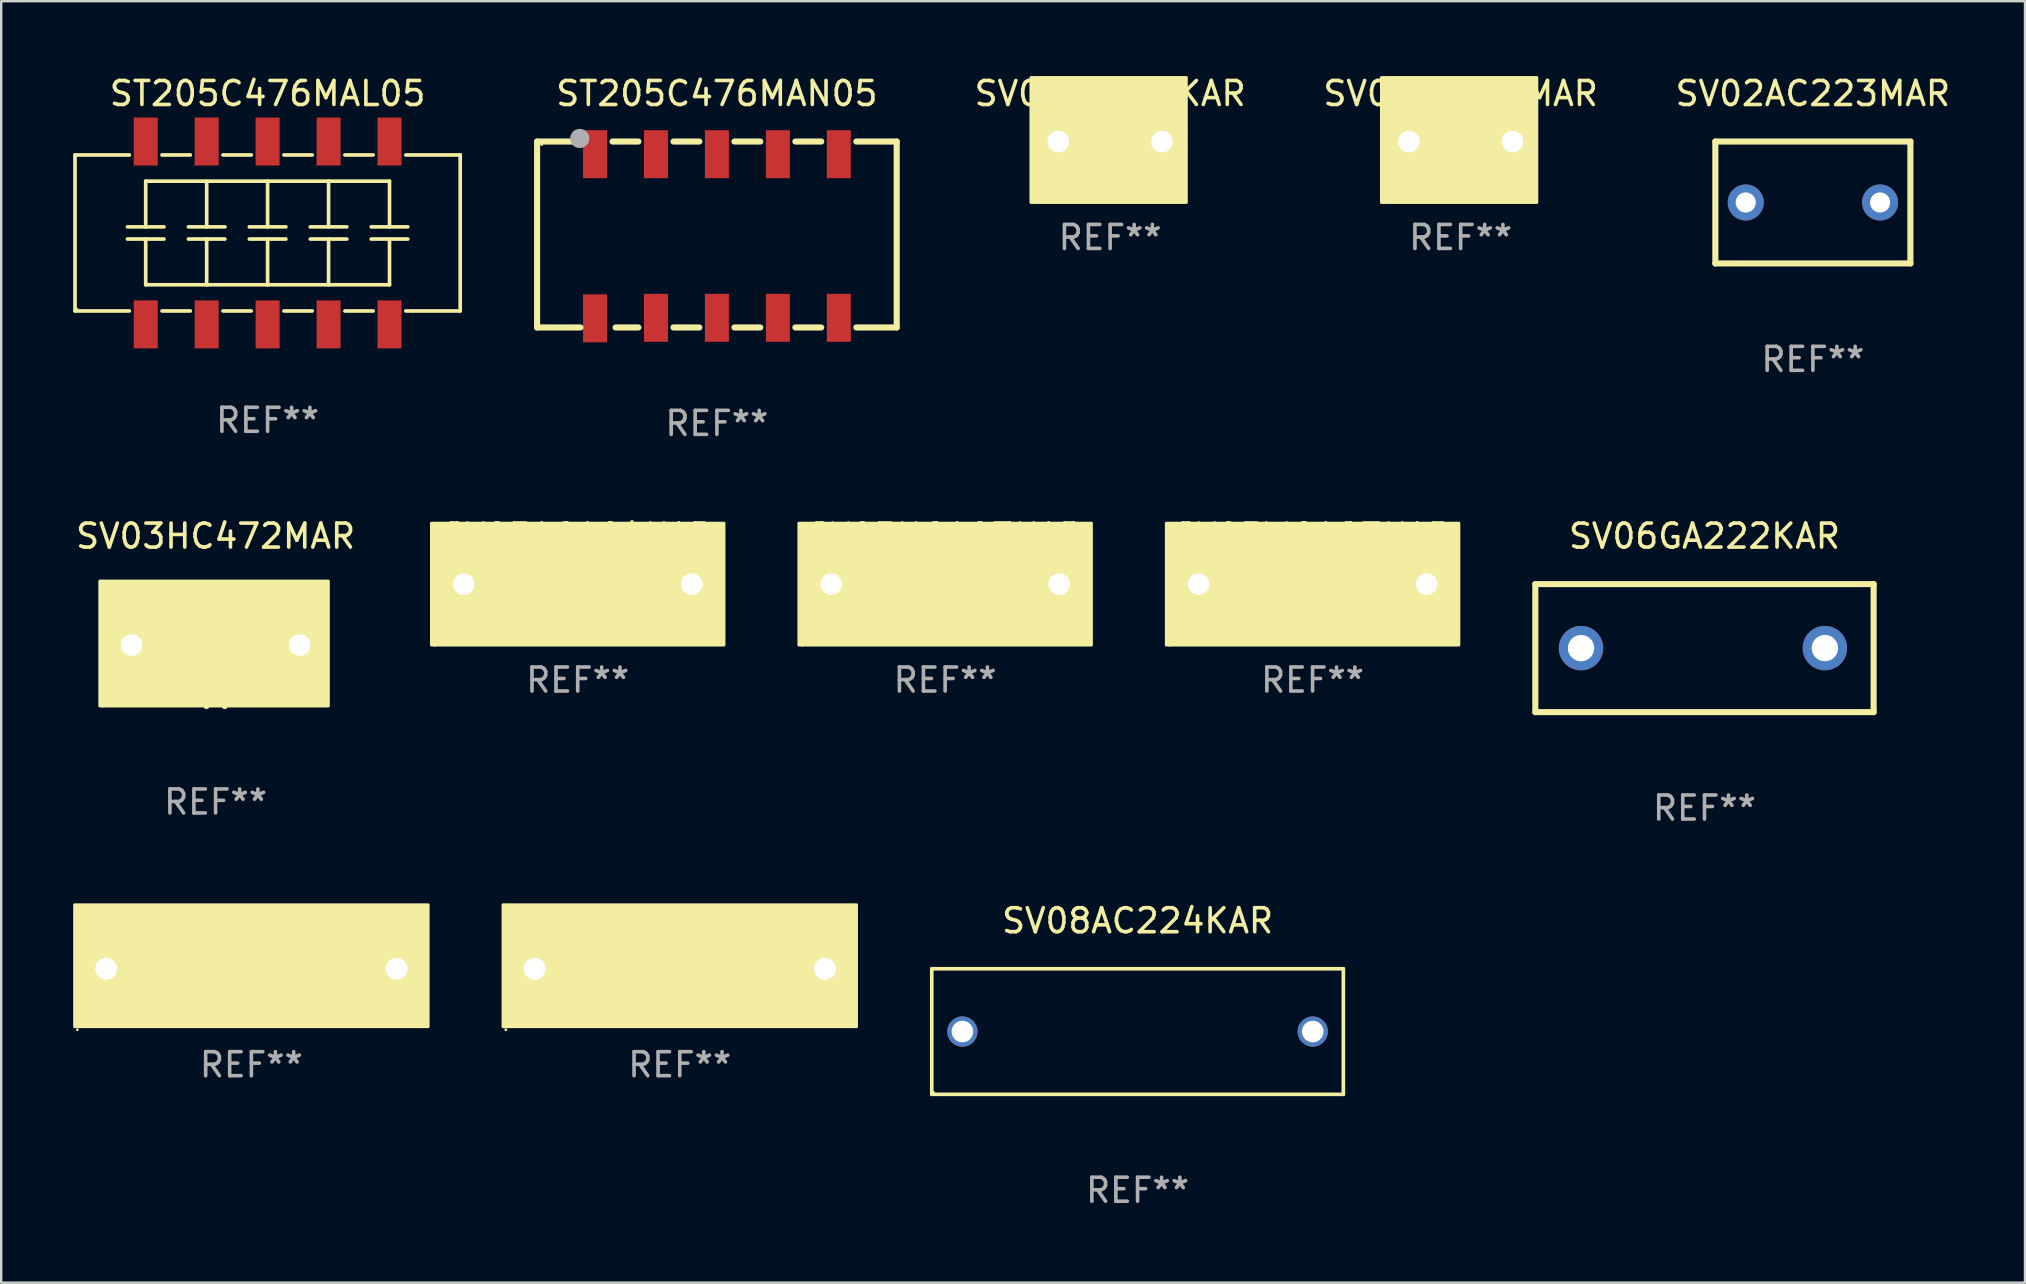
<source format=kicad_pcb>
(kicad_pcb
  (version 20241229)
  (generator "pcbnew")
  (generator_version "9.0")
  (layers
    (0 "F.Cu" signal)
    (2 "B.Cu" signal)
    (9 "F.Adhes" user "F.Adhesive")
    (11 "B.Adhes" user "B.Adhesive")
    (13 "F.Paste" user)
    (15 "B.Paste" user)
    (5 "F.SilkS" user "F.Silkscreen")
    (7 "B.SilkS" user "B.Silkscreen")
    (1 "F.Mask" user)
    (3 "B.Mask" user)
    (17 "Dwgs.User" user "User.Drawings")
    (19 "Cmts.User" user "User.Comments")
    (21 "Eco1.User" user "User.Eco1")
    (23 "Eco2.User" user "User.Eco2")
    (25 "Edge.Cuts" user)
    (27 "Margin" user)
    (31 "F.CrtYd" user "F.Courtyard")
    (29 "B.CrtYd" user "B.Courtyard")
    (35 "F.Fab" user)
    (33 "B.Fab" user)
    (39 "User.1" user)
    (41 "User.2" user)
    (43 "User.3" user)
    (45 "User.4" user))
  (footprint "SV06GA222KAR"
    (layer "F.Cu")
    (at 67.981 23.959)
    (property "Reference" "SV06GA222KAR" (at 0 -4.667 0) (layer "F.SilkS") (effects (font (size 1 1) (thickness 0.15))))
    (attr through_hole)
    (fp_line (start -7.049 -2.667) (end -7.049 2.667) (stroke (width 0.254) (type solid)) (layer "F.SilkS"))
    (fp_line (start -7.049 2.667) (end 7.049 2.667) (stroke (width 0.254) (type solid)) (layer "F.SilkS"))
    (fp_line (start 7.049 -2.667) (end -7.049 -2.667) (stroke (width 0.254) (type solid)) (layer "F.SilkS"))
    (fp_line (start 7.049 2.667) (end 7.049 -2.667) (stroke (width 0.254) (type solid)) (layer "F.SilkS"))
    (fp_circle (center -7.064 2.55) (end -7.034 2.55) (stroke (width 0.06) (type solid)) (fill no) (layer "F.SilkS"))
    (fp_text user "REF**" (at 0 6.667 0) (layer "F.Fab") (effects (font (size 1 1) (thickness 0.15))))
    (pad "1" thru_hole circle (at -5.144 0) (size 1.85 1.85) (drill 1.1) (layers "*.Cu" "*.Mask"))
    (pad "2" thru_hole circle (at 5.017 0) (size 1.85 1.85) (drill 1.1) (layers "*.Cu" "*.Mask")))
  (footprint "SV07GC473KAR"
    (layer "F.Cu")
    (at 25.278 37.322)
    (property "Reference" "SV07GC473KAR" (at 0 -2 0) (layer "F.SilkS") (effects (font (size 1 1) (thickness 0.15))))
    (attr through_hole)
    (fp_circle (center -7.25 2.54) (end -7.22 2.54) (stroke (width 0.06) (type solid)) (fill no) (layer "F.SilkS"))
    (fp_poly (pts (xy -7.366 -2.667) (xy 7.366 -2.667) (xy 7.366 2.413) (xy -7.366 2.413)) (stroke (width 0.12) (type solid)) (fill yes) (layer "F.SilkS"))
    (fp_text user "REF**" (at 0 4 0) (layer "F.Fab") (effects (font (size 1 1) (thickness 0.15))))
    (pad "1" thru_hole circle (at -6.05 0) (size 1.524 1.524) (drill 0.914) (layers "*.Cu" "*.Mask"))
    (pad "2" thru_hole circle (at 6.05 0) (size 1.524 1.524) (drill 0.914) (layers "*.Cu" "*.Mask")))
  (footprint "ST205C476MAN05"
    (layer "F.Cu")
    (at 26.825 6.722)
    (property "Reference" "ST205C476MAN05" (at 0 -5.874 0) (layer "F.SilkS") (effects (font (size 1 1) (thickness 0.15))))
    (attr through_hole)
    (fp_line (start -7.493 -3.874) (end -5.811 -3.874) (stroke (width 0.254) (type solid)) (layer "F.SilkS"))
    (fp_line (start -7.493 3.874) (end -7.493 -3.874) (stroke (width 0.254) (type solid)) (layer "F.SilkS"))
    (fp_line (start -5.684 3.874) (end -7.493 3.874) (stroke (width 0.254) (type solid)) (layer "F.SilkS"))
    (fp_line (start -4.349 -3.874) (end -3.271 -3.874) (stroke (width 0.254) (type solid)) (layer "F.SilkS"))
    (fp_line (start -3.271 3.874) (end -4.222 3.874) (stroke (width 0.254) (type solid)) (layer "F.SilkS"))
    (fp_line (start -1.809 -3.874) (end -0.731 -3.874) (stroke (width 0.254) (type solid)) (layer "F.SilkS"))
    (fp_line (start -0.731 3.874) (end -1.809 3.874) (stroke (width 0.254) (type solid)) (layer "F.SilkS"))
    (fp_line (start 0.731 -3.874) (end 1.809 -3.874) (stroke (width 0.254) (type solid)) (layer "F.SilkS"))
    (fp_line (start 1.809 3.874) (end 0.731 3.874) (stroke (width 0.254) (type solid)) (layer "F.SilkS"))
    (fp_line (start 3.271 -3.874) (end 4.349 -3.874) (stroke (width 0.254) (type solid)) (layer "F.SilkS"))
    (fp_line (start 4.349 3.874) (end 3.271 3.874) (stroke (width 0.254) (type solid)) (layer "F.SilkS"))
    (fp_line (start 5.811 -3.874) (end 7.493 -3.874) (stroke (width 0.254) (type solid)) (layer "F.SilkS"))
    (fp_line (start 7.493 -3.874) (end 7.493 3.874) (stroke (width 0.254) (type solid)) (layer "F.SilkS"))
    (fp_line (start 7.493 3.874) (end 5.811 3.874) (stroke (width 0.254) (type solid)) (layer "F.SilkS"))
    (fp_circle (center -7.3 -3.747) (end -7.27 -3.747) (stroke (width 0.06) (type solid)) (fill no) (layer "F.SilkS"))
    (fp_circle (center -5.715 -4.001) (end -5.515 -4.001) (stroke (width 0.4) (type solid)) (fill no) (layer "F.Fab"))
    (fp_text user "REF**" (at 0 7.874 0) (layer "F.Fab") (effects (font (size 1 1) (thickness 0.15))))
    (pad "1" smd rect (at -5.08 -3.346 180) (size 1 2) (layers "F.Cu" "F.Mask" "F.Paste"))
    (pad "2" smd rect (at -2.54 -3.346 180) (size 1 2) (layers "F.Cu" "F.Mask" "F.Paste"))
    (pad "3" smd rect (at 0 -3.346 180) (size 1 2) (layers "F.Cu" "F.Mask" "F.Paste"))
    (pad "4" smd rect (at 2.54 -3.346) (size 1 2) (layers "F.Cu" "F.Mask" "F.Paste"))
    (pad "5" smd rect (at 5.08 -3.346) (size 1 2) (layers "F.Cu" "F.Mask" "F.Paste"))
    (pad "6" smd rect (at 5.08 3.473) (size 1 2) (layers "F.Cu" "F.Mask" "F.Paste"))
    (pad "7" smd rect (at 2.54 3.473) (size 1 2) (layers "F.Cu" "F.Mask" "F.Paste"))
    (pad "8" smd rect (at 0 3.473) (size 1 2) (layers "F.Cu" "F.Mask" "F.Paste"))
    (pad "9" smd rect (at -2.54 3.473 180) (size 1 2) (layers "F.Cu" "F.Mask" "F.Paste"))
    (pad "10" smd rect (at -5.08 3.493 180) (size 1 2) (layers "F.Cu" "F.Mask" "F.Paste")))
  (footprint "SV02AC223MAR"
    (layer "F.Cu")
    (at 72.498 5.388)
    (property "Reference" "SV02AC223MAR" (at 0 -4.54 0) (layer "F.SilkS") (effects (font (size 1 1) (thickness 0.15))))
    (attr through_hole)
    (fp_line (start -4.064 -2.54) (end 4.064 -2.54) (stroke (width 0.254) (type solid)) (layer "F.SilkS"))
    (fp_line (start -4.064 2.54) (end -4.064 -2.54) (stroke (width 0.254) (type solid)) (layer "F.SilkS"))
    (fp_line (start 4.064 -2.54) (end 4.064 2.54) (stroke (width 0.254) (type solid)) (layer "F.SilkS"))
    (fp_line (start 4.064 2.54) (end -4.064 2.54) (stroke (width 0.254) (type solid)) (layer "F.SilkS"))
    (fp_circle (center -4.064 2.54) (end -4.034 2.54) (stroke (width 0.06) (type solid)) (fill no) (layer "F.SilkS"))
    (fp_text user "REF**" (at 0 6.54 0) (layer "F.Fab") (effects (font (size 1 1) (thickness 0.15))))
    (pad "1" thru_hole circle (at -2.799 0) (size 1.5 1.5) (drill 0.84) (layers "*.Cu" "*.Mask"))
    (pad "2" thru_hole circle (at 2.801 0) (size 1.5 1.5) (drill 0.84) (layers "*.Cu" "*.Mask")))
  (footprint "SV03HC472MAR"
    (layer "F.Cu")
    (at 5.935 23.832)
    (property "Reference" "SV03HC472MAR" (at 0 -4.54 0) (layer "F.SilkS") (effects (font (size 1 1) (thickness 0.15))))
    (attr through_hole)
    (fp_line (start -0.381 0.023) (end -1.651 0.023) (stroke (width 0.254) (type solid)) (layer "F.SilkS"))
    (fp_line (start -0.381 2.54) (end -0.381 -2.54) (stroke (width 0.254) (type solid)) (layer "F.SilkS"))
    (fp_line (start 0.381 -2.54) (end 0.381 2.54) (stroke (width 0.254) (type solid)) (layer "F.SilkS"))
    (fp_line (start 0.381 -0.023) (end 1.651 -0.023) (stroke (width 0.254) (type solid)) (layer "F.SilkS"))
    (fp_circle (center -4.7 2.54) (end -4.67 2.54) (stroke (width 0.06) (type solid)) (fill no) (layer "F.SilkS"))
    (fp_poly (pts (xy -4.826 -2.667) (xy 4.699 -2.667) (xy 4.699 2.54) (xy -4.826 2.54)) (stroke (width 0.12) (type solid)) (fill yes) (layer "F.SilkS"))
    (fp_text user "REF**" (at 0 6.54 0) (layer "F.Fab") (effects (font (size 1 1) (thickness 0.15))))
    (pad "1" thru_hole circle (at -3.5 0) (size 1.5 1.5) (drill 0.9) (layers "*.Cu" "*.Mask"))
    (pad "2" thru_hole circle (at 3.5 0) (size 1.5 1.5) (drill 0.9) (layers "*.Cu" "*.Mask")))
  (footprint "SV05HC103KAR"
    (layer "F.Cu")
    (at 36.337 21.292)
    (property "Reference" "SV05HC103KAR" (at 0 -2 0) (layer "F.SilkS") (effects (font (size 1 1) (thickness 0.15))))
    (attr through_hole)
    (fp_circle (center -5.95 2.55) (end -5.92 2.55) (stroke (width 0.06) (type solid)) (fill no) (layer "F.SilkS"))
    (fp_poly (pts (xy -6.096 -2.54) (xy 6.096 -2.54) (xy 6.096 2.54) (xy -6.096 2.54)) (stroke (width 0.12) (type solid)) (fill yes) (layer "F.SilkS"))
    (fp_text user "REF**" (at 0 4 0) (layer "F.Fab") (effects (font (size 1 1) (thickness 0.15))))
    (pad "1" thru_hole circle (at -4.75 0) (size 1.5 1.5) (drill 0.9) (layers "*.Cu" "*.Mask"))
    (pad "2" thru_hole circle (at 4.75 0) (size 1.5 1.5) (drill 0.9) (layers "*.Cu" "*.Mask")))
  (footprint "SV08AC224KAR"
    (layer "F.Cu")
    (at 44.356 39.938)
    (property "Reference" "SV08AC224KAR" (at 0 -4.616 0) (layer "F.SilkS") (effects (font (size 1 1) (thickness 0.15))))
    (attr through_hole)
    (fp_line (start -8.576 -2.616) (end 8.576 -2.616) (stroke (width 0.152) (type solid)) (layer "F.SilkS"))
    (fp_line (start -8.576 2.616) (end -8.576 -2.616) (stroke (width 0.152) (type solid)) (layer "F.SilkS"))
    (fp_line (start 8.576 -2.616) (end 8.576 2.616) (stroke (width 0.152) (type solid)) (layer "F.SilkS"))
    (fp_line (start 8.576 2.616) (end -8.576 2.616) (stroke (width 0.152) (type solid)) (layer "F.SilkS"))
    (fp_circle (center -8.5 2.54) (end -8.47 2.54) (stroke (width 0.06) (type solid)) (fill no) (layer "F.SilkS"))
    (fp_text user "REF**" (at 0 6.616 0) (layer "F.Fab") (effects (font (size 1 1) (thickness 0.15))))
    (pad "1" thru_hole circle (at -7.3 0) (size 1.26 1.26) (drill 0.9) (layers "*.Cu" "*.Mask"))
    (pad "2" thru_hole circle (at 7.3 0) (size 1.26 1.26) (drill 0.9) (layers "*.Cu" "*.Mask")))
  (footprint "SV05AC104KAR"
    (layer "F.Cu")
    (at 21.025 21.292)
    (property "Reference" "SV05AC104KAR" (at 0 -2 0) (layer "F.SilkS") (effects (font (size 1 1) (thickness 0.15))))
    (attr through_hole)
    (fp_circle (center -5.95 2.55) (end -5.92 2.55) (stroke (width 0.06) (type solid)) (fill no) (layer "F.SilkS"))
    (fp_poly (pts (xy -6.096 -2.54) (xy 6.096 -2.54) (xy 6.096 2.54) (xy -6.096 2.54)) (stroke (width 0.12) (type solid)) (fill yes) (layer "F.SilkS"))
    (fp_text user "REF**" (at 0 4 0) (layer "F.Fab") (effects (font (size 1 1) (thickness 0.15))))
    (pad "1" thru_hole circle (at -4.75 0) (size 1.5 1.5) (drill 0.9) (layers "*.Cu" "*.Mask"))
    (pad "2" thru_hole circle (at 4.75 0) (size 1.5 1.5) (drill 0.9) (layers "*.Cu" "*.Mask")))
  (footprint "SV01AC103KAR"
    (layer "F.Cu")
    (at 43.213 2.848)
    (property "Reference" "SV01AC103KAR" (at 0 -2 0) (layer "F.SilkS") (effects (font (size 1 1) (thickness 0.15))))
    (attr through_hole)
    (fp_circle (center -3.175 2.54) (end -3.145 2.54) (stroke (width 0.06) (type solid)) (fill no) (layer "F.SilkS"))
    (fp_poly (pts (xy -3.302 -2.667) (xy 3.175 -2.667) (xy 3.175 2.54) (xy -3.302 2.54)) (stroke (width 0.12) (type solid)) (fill yes) (layer "F.SilkS"))
    (fp_text user "REF**" (at 0 4 0) (layer "F.Fab") (effects (font (size 1 1) (thickness 0.15))))
    (pad "1" thru_hole circle (at -2.16 0) (size 1.5 1.5) (drill 0.9) (layers "*.Cu" "*.Mask"))
    (pad "2" thru_hole circle (at 2.16 0) (size 1.5 1.5) (drill 0.9) (layers "*.Cu" "*.Mask")))
  (footprint "SV01AC103MAR"
    (layer "F.Cu")
    (at 57.82 2.848)
    (property "Reference" "SV01AC103MAR" (at 0 -2 0) (layer "F.SilkS") (effects (font (size 1 1) (thickness 0.15))))
    (attr through_hole)
    (fp_circle (center -3.175 2.54) (end -3.145 2.54) (stroke (width 0.06) (type solid)) (fill no) (layer "F.SilkS"))
    (fp_poly (pts (xy -3.302 -2.667) (xy 3.175 -2.667) (xy 3.175 2.54) (xy -3.302 2.54)) (stroke (width 0.12) (type solid)) (fill yes) (layer "F.SilkS"))
    (fp_text user "REF**" (at 0 4 0) (layer "F.Fab") (effects (font (size 1 1) (thickness 0.15))))
    (pad "1" thru_hole circle (at -2.16 0) (size 1.5 1.5) (drill 0.9) (layers "*.Cu" "*.Mask"))
    (pad "2" thru_hole circle (at 2.16 0) (size 1.5 1.5) (drill 0.9) (layers "*.Cu" "*.Mask")))
  (footprint "SV05WC183KAR"
    (layer "F.Cu")
    (at 51.649 21.292)
    (property "Reference" "SV05WC183KAR" (at 0 -2 0) (layer "F.SilkS") (effects (font (size 1 1) (thickness 0.15))))
    (attr through_hole)
    (fp_circle (center -5.95 2.55) (end -5.92 2.55) (stroke (width 0.06) (type solid)) (fill no) (layer "F.SilkS"))
    (fp_poly (pts (xy -6.096 -2.54) (xy 6.096 -2.54) (xy 6.096 2.54) (xy -6.096 2.54)) (stroke (width 0.12) (type solid)) (fill yes) (layer "F.SilkS"))
    (fp_text user "REF**" (at 0 4 0) (layer "F.Fab") (effects (font (size 1 1) (thickness 0.15))))
    (pad "1" thru_hole circle (at -4.75 0) (size 1.5 1.5) (drill 0.9) (layers "*.Cu" "*.Mask"))
    (pad "2" thru_hole circle (at 4.75 0) (size 1.5 1.5) (drill 0.9) (layers "*.Cu" "*.Mask")))
  (footprint "SV07AC104KAR"
    (layer "F.Cu")
    (at 7.426 37.322)
    (property "Reference" "SV07AC104KAR" (at 0 -2 0) (layer "F.SilkS") (effects (font (size 1 1) (thickness 0.15))))
    (attr through_hole)
    (fp_circle (center -7.25 2.54) (end -7.22 2.54) (stroke (width 0.06) (type solid)) (fill no) (layer "F.SilkS"))
    (fp_poly (pts (xy -7.366 -2.667) (xy 7.366 -2.667) (xy 7.366 2.413) (xy -7.366 2.413)) (stroke (width 0.12) (type solid)) (fill yes) (layer "F.SilkS"))
    (fp_text user "REF**" (at 0 4 0) (layer "F.Fab") (effects (font (size 1 1) (thickness 0.15))))
    (pad "1" thru_hole circle (at -6.05 0) (size 1.524 1.524) (drill 0.914) (layers "*.Cu" "*.Mask"))
    (pad "2" thru_hole circle (at 6.05 0) (size 1.524 1.524) (drill 0.914) (layers "*.Cu" "*.Mask")))
  (footprint "ST205C476MAL05"
    (layer "F.Cu")
    (at 8.102 6.658)
    (property "Reference" "ST205C476MAL05" (at 0 -5.81 0) (layer "F.SilkS") (effects (font (size 1 1) (thickness 0.15))))
    (attr through_hole)
    (fp_line (start -8.026 3.251) (end -8.026 -3.251) (stroke (width 0.152) (type solid)) (layer "F.SilkS"))
    (fp_line (start -8.026 3.251) (end -5.76 3.251) (stroke (width 0.152) (type solid)) (layer "F.SilkS"))
    (fp_line (start -5.842 -0.254) (end -4.318 -0.254) (stroke (width 0.152) (type solid)) (layer "F.SilkS"))
    (fp_line (start -5.842 0.254) (end -4.318 0.254) (stroke (width 0.152) (type solid)) (layer "F.SilkS"))
    (fp_line (start -5.76 -3.251) (end -8.026 -3.251) (stroke (width 0.152) (type solid)) (layer "F.SilkS"))
    (fp_line (start -5.08 -2.159) (end -5.08 -0.254) (stroke (width 0.152) (type solid)) (layer "F.SilkS"))
    (fp_line (start -5.08 0.254) (end -5.08 2.159) (stroke (width 0.152) (type solid)) (layer "F.SilkS"))
    (fp_line (start -5.08 2.159) (end 5.08 2.159) (stroke (width 0.152) (type solid)) (layer "F.SilkS"))
    (fp_line (start -4.4 3.251) (end -3.22 3.251) (stroke (width 0.152) (type solid)) (layer "F.SilkS"))
    (fp_line (start -3.302 -0.254) (end -1.778 -0.254) (stroke (width 0.152) (type solid)) (layer "F.SilkS"))
    (fp_line (start -3.302 0.254) (end -1.778 0.254) (stroke (width 0.152) (type solid)) (layer "F.SilkS"))
    (fp_line (start -3.22 -3.251) (end -4.4 -3.251) (stroke (width 0.152) (type solid)) (layer "F.SilkS"))
    (fp_line (start -2.54 -2.159) (end -2.54 -0.254) (stroke (width 0.152) (type solid)) (layer "F.SilkS"))
    (fp_line (start -2.54 0.254) (end -2.54 2.159) (stroke (width 0.152) (type solid)) (layer "F.SilkS"))
    (fp_line (start -1.86 3.251) (end -0.68 3.251) (stroke (width 0.152) (type solid)) (layer "F.SilkS"))
    (fp_line (start -0.762 -0.254) (end 0.762 -0.254) (stroke (width 0.152) (type solid)) (layer "F.SilkS"))
    (fp_line (start -0.762 0.254) (end 0.762 0.254) (stroke (width 0.152) (type solid)) (layer "F.SilkS"))
    (fp_line (start -0.68 -3.251) (end -1.86 -3.251) (stroke (width 0.152) (type solid)) (layer "F.SilkS"))
    (fp_line (start 0.000013 -2.159) (end 0.000013 -0.254) (stroke (width 0.152) (type solid)) (layer "F.SilkS"))
    (fp_line (start 0.000013 0.254) (end 0.000013 2.159) (stroke (width 0.152) (type solid)) (layer "F.SilkS"))
    (fp_line (start 0.68 3.251) (end 1.86 3.251) (stroke (width 0.152) (type solid)) (layer "F.SilkS"))
    (fp_line (start 1.778 -0.254) (end 3.302 -0.254) (stroke (width 0.152) (type solid)) (layer "F.SilkS"))
    (fp_line (start 1.778 0.254) (end 3.302 0.254) (stroke (width 0.152) (type solid)) (layer "F.SilkS"))
    (fp_line (start 1.86 -3.251) (end 0.68 -3.251) (stroke (width 0.152) (type solid)) (layer "F.SilkS"))
    (fp_line (start 2.54 -2.159) (end 2.54 -0.254) (stroke (width 0.152) (type solid)) (layer "F.SilkS"))
    (fp_line (start 2.54 0.254) (end 2.54 2.159) (stroke (width 0.152) (type solid)) (layer "F.SilkS"))
    (fp_line (start 3.22 3.251) (end 4.4 3.251) (stroke (width 0.152) (type solid)) (layer "F.SilkS"))
    (fp_line (start 4.318 -0.254) (end 5.842 -0.254) (stroke (width 0.152) (type solid)) (layer "F.SilkS"))
    (fp_line (start 4.318 0.254) (end 5.842 0.254) (stroke (width 0.152) (type solid)) (layer "F.SilkS"))
    (fp_line (start 4.4 -3.251) (end 3.22 -3.251) (stroke (width 0.152) (type solid)) (layer "F.SilkS"))
    (fp_line (start 5.08 -2.159) (end -5.08 -2.159) (stroke (width 0.152) (type solid)) (layer "F.SilkS"))
    (fp_line (start 5.08 -2.159) (end 5.08 -0.254) (stroke (width 0.152) (type solid)) (layer "F.SilkS"))
    (fp_line (start 5.08 0.254) (end 5.08 2.159) (stroke (width 0.152) (type solid)) (layer "F.SilkS"))
    (fp_line (start 5.76 3.251) (end 8.026 3.251) (stroke (width 0.152) (type solid)) (layer "F.SilkS"))
    (fp_line (start 8.026 -3.251) (end 5.76 -3.251) (stroke (width 0.152) (type solid)) (layer "F.SilkS"))
    (fp_line (start 8.026 -3.251) (end 8.026 3.251) (stroke (width 0.152) (type solid)) (layer "F.SilkS"))
    (fp_circle (center -7.95 3.175) (end -7.92 3.175) (stroke (width 0.06) (type solid)) (fill no) (layer "F.SilkS"))
    (fp_text user "REF**" (at 0 7.81 0) (layer "F.Fab") (effects (font (size 1 1) (thickness 0.15))))
    (pad "1" smd rect (at -5.08 3.81) (size 1 2) (layers "F.Cu" "F.Mask" "F.Paste"))
    (pad "2" smd rect (at -5.08 -3.81) (size 1 2) (layers "F.Cu" "F.Mask" "F.Paste"))
    (pad "3" smd rect (at -2.54 3.81) (size 1 2) (layers "F.Cu" "F.Mask" "F.Paste"))
    (pad "4" smd rect (at -2.54 -3.81) (size 1 2) (layers "F.Cu" "F.Mask" "F.Paste"))
    (pad "5" smd rect (at 0.000013 3.81) (size 1 2) (layers "F.Cu" "F.Mask" "F.Paste"))
    (pad "6" smd rect (at 0.000013 -3.81) (size 1 2) (layers "F.Cu" "F.Mask" "F.Paste"))
    (pad "7" smd rect (at 2.54 3.81) (size 1 2) (layers "F.Cu" "F.Mask" "F.Paste"))
    (pad "8" smd rect (at 2.54 -3.81) (size 1 2) (layers "F.Cu" "F.Mask" "F.Paste"))
    (pad "9" smd rect (at 5.08 3.81) (size 1 2) (layers "F.Cu" "F.Mask" "F.Paste"))
    (pad "10" smd rect (at 5.08 -3.81) (size 1 2) (layers "F.Cu" "F.Mask" "F.Paste")))
  (gr_rect
    (start -3 -3)
    (end 81.338 50.403)
    (stroke (width 0.1) (type default))
    (fill no)
    (layer "Edge.Cuts")))
</source>
